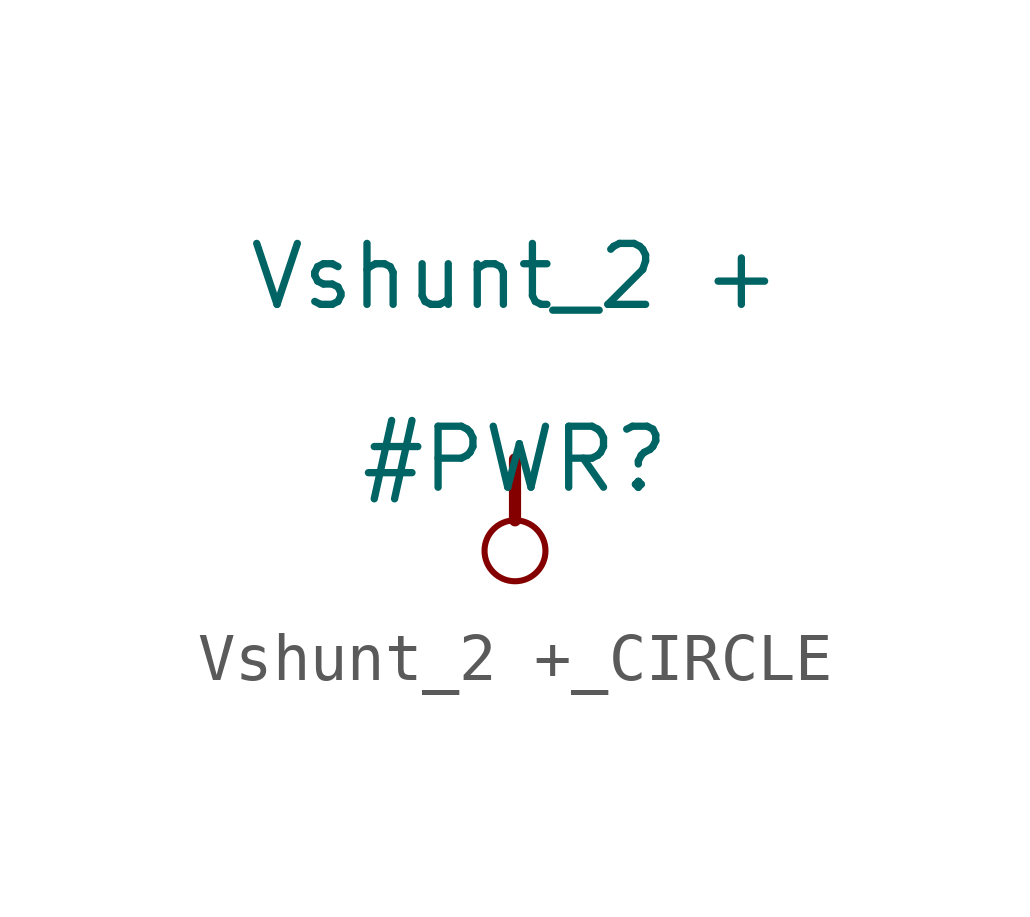
<source format=kicad_sym>
(kicad_symbol_lib
  (version 20231120)
  (generator "kicad_symbol_editor")
  (generator_version "8.0")
  (symbol "Vshunt_2 +_CIRCLE"
    (power)
    (property "Reference" "#PWR"
      (at 0 0 0)
      (effects (font (size 1.27 1.27))))
    (property "Value" "Vshunt_2 +"
      (at 0 3.81 0)
      (effects (font (size 1.27 1.27))))
    (symbol "Vshunt_2 +_CIRCLE_0_0"
      (circle (center 0 -1.905) (radius 0.635) (stroke (width 0.127) (type solid)) (fill (type none)))
      (polyline (pts (xy 0 0) (xy 0 -1.27)) (stroke (width 0.254) (type solid)) (fill (type none)))
      (pin power_in line (at 0 0 0) (length 0) hide (name "Vshunt_2_+" (effects (font (size 1.27 1.27)))) (number "" (effects (font (size 1.27 1.27))))))))
</source>
